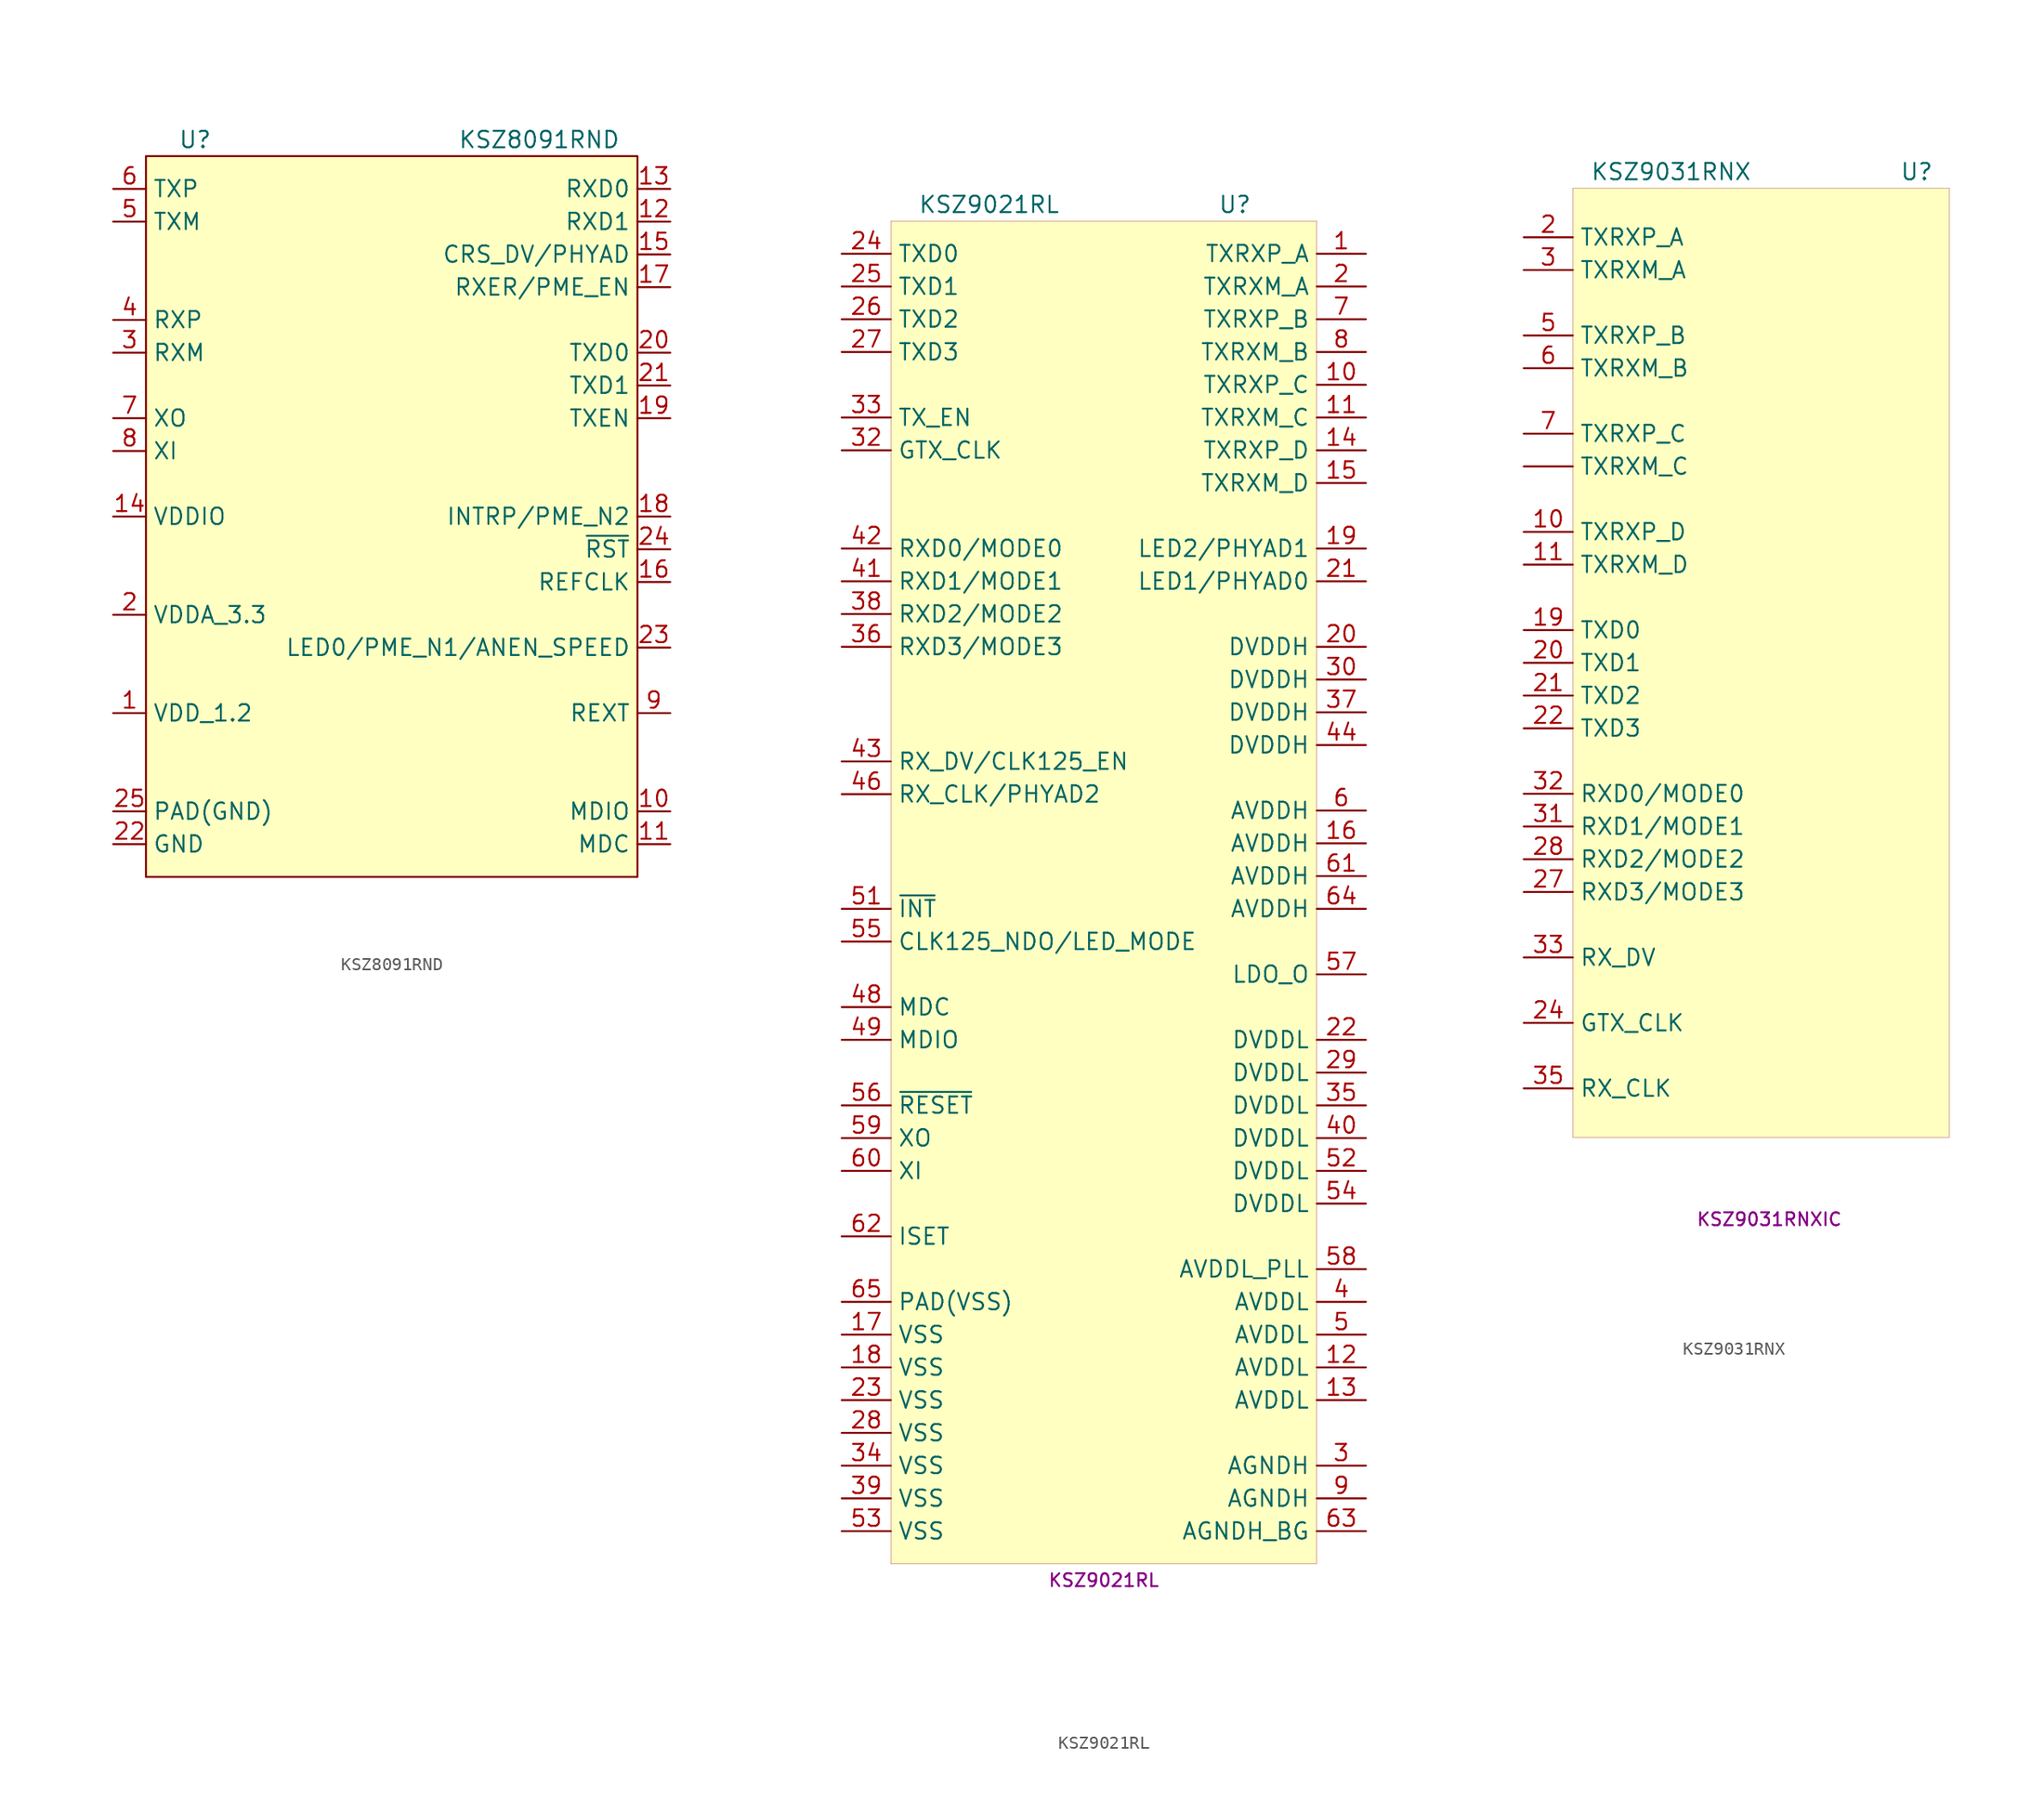
<source format=kicad_sym>
(kicad_symbol_lib
  (version 20231120)
  (generator "kicad_symbol_editor")
  (generator_version "8.0")
  (symbol "KSZ8091RND"
    (property "Reference" "U"
      (at -15.24 26.67 0)
      (effects (font (size 1.27 1.27))))
    (property "Value" "KSZ8091RND"
      (at 11.43 26.67 0)
      (effects (font (size 1.27 1.27))))
    (symbol "KSZ8091RND_0_1"
      (rectangle (start -19.05 -30.48) (end 19.05 25.4) (stroke (width 0) (type default)) (fill (type background))))
    (symbol "KSZ8091RND_1_1"
      (pin power_out line (at -21.59 -17.78 0) (length 2.54) (name "VDD_1.2" (effects (font (size 1.27 1.27)))) (number "1" (effects (font (size 1.27 1.27)))))
      (pin bidirectional line (at 21.59 -25.4 180) (length 2.54) (name "MDIO" (effects (font (size 1.27 1.27)))) (number "10" (effects (font (size 1.27 1.27)))))
      (pin input line (at 21.59 -27.94 180) (length 2.54) (name "MDC" (effects (font (size 1.27 1.27)))) (number "11" (effects (font (size 1.27 1.27)))))
      (pin bidirectional line (at 21.59 20.32 180) (length 2.54) (name "RXD1" (effects (font (size 1.27 1.27)))) (number "12" (effects (font (size 1.27 1.27)))))
      (pin bidirectional line (at 21.59 22.86 180) (length 2.54) (name "RXD0" (effects (font (size 1.27 1.27)))) (number "13" (effects (font (size 1.27 1.27)))))
      (pin power_in line (at -21.59 -2.54 0) (length 2.54) (name "VDDIO" (effects (font (size 1.27 1.27)))) (number "14" (effects (font (size 1.27 1.27)))))
      (pin bidirectional line (at 21.59 17.78 180) (length 2.54) (name "CRS_DV/PHYAD" (effects (font (size 1.27 1.27)))) (number "15" (effects (font (size 1.27 1.27)))))
      (pin bidirectional line (at 21.59 -7.62 180) (length 2.54) (name "REFCLK" (effects (font (size 1.27 1.27)))) (number "16" (effects (font (size 1.27 1.27)))))
      (pin bidirectional line (at 21.59 15.24 180) (length 2.54) (name "RXER/PME_EN" (effects (font (size 1.27 1.27)))) (number "17" (effects (font (size 1.27 1.27)))))
      (pin bidirectional line (at 21.59 -2.54 180) (length 2.54) (name "INTRP/PME_N2" (effects (font (size 1.27 1.27)))) (number "18" (effects (font (size 1.27 1.27)))))
      (pin input line (at 21.59 5.08 180) (length 2.54) (name "TXEN" (effects (font (size 1.27 1.27)))) (number "19" (effects (font (size 1.27 1.27)))))
      (pin power_in line (at -21.59 -10.16 0) (length 2.54) (name "VDDA_3.3" (effects (font (size 1.27 1.27)))) (number "2" (effects (font (size 1.27 1.27)))))
      (pin input line (at 21.59 10.16 180) (length 2.54) (name "TXD0" (effects (font (size 1.27 1.27)))) (number "20" (effects (font (size 1.27 1.27)))))
      (pin bidirectional line (at 21.59 7.62 180) (length 2.54) (name "TXD1" (effects (font (size 1.27 1.27)))) (number "21" (effects (font (size 1.27 1.27)))))
      (pin power_in line (at -21.59 -27.94 0) (length 2.54) (name "GND" (effects (font (size 1.27 1.27)))) (number "22" (effects (font (size 1.27 1.27)))))
      (pin bidirectional line (at 21.59 -12.7 180) (length 2.54) (name "LED0/PME_N1/ANEN_SPEED" (effects (font (size 1.27 1.27)))) (number "23" (effects (font (size 1.27 1.27)))))
      (pin input line (at 21.59 -5.08 180) (length 2.54) (name "~{RST}" (effects (font (size 1.27 1.27)))) (number "24" (effects (font (size 1.27 1.27)))))
      (pin power_in line (at -21.59 -25.4 0) (length 2.54) (name "PAD(GND)" (effects (font (size 1.27 1.27)))) (number "25" (effects (font (size 1.27 1.27)))))
      (pin bidirectional line (at -21.59 10.16 0) (length 2.54) (name "RXM" (effects (font (size 1.27 1.27)))) (number "3" (effects (font (size 1.27 1.27)))))
      (pin bidirectional line (at -21.59 12.7 0) (length 2.54) (name "RXP" (effects (font (size 1.27 1.27)))) (number "4" (effects (font (size 1.27 1.27)))))
      (pin bidirectional line (at -21.59 20.32 0) (length 2.54) (name "TXM" (effects (font (size 1.27 1.27)))) (number "5" (effects (font (size 1.27 1.27)))))
      (pin bidirectional line (at -21.59 22.86 0) (length 2.54) (name "TXP" (effects (font (size 1.27 1.27)))) (number "6" (effects (font (size 1.27 1.27)))))
      (pin output line (at -21.59 5.08 0) (length 2.54) (name "XO" (effects (font (size 1.27 1.27)))) (number "7" (effects (font (size 1.27 1.27)))))
      (pin input line (at -21.59 2.54 0) (length 2.54) (name "XI" (effects (font (size 1.27 1.27)))) (number "8" (effects (font (size 1.27 1.27)))))
      (pin input line (at 21.59 -17.78 180) (length 2.54) (name "REXT" (effects (font (size 1.27 1.27)))) (number "9" (effects (font (size 1.27 1.27)))))))
  (symbol "KSZ9021RL"
    (property "Reference" "U"
      (at 10.16 54.61 0)
      (effects (font (size 1.27 1.27))))
    (property "Value" "KSZ9021RL"
      (at -8.89 54.61 0)
      (effects (font (size 1.27 1.27))))
    (property "MPN" "KSZ9021RL"
      (at 0 -52.07 0)
      (effects (font (size 1 1))))
    (symbol "KSZ9021RL_0_1"
      (rectangle (start -16.51 53.34) (end 16.51 -50.8) (stroke (width 0.001) (type default)) (fill (type background))))
    (symbol "KSZ9021RL_1_1"
      (pin bidirectional line (at 20.32 50.8 180) (length 3.81) (name "TXRXP_A" (effects (font (size 1.27 1.27)))) (number "1" (effects (font (size 1.27 1.27)))))
      (pin bidirectional line (at 20.32 40.64 180) (length 3.81) (name "TXRXP_C" (effects (font (size 1.27 1.27)))) (number "10" (effects (font (size 1.27 1.27)))))
      (pin bidirectional line (at 20.32 38.1 180) (length 3.81) (name "TXRXM_C" (effects (font (size 1.27 1.27)))) (number "11" (effects (font (size 1.27 1.27)))))
      (pin power_in line (at 20.32 -35.56 180) (length 3.81) (name "AVDDL" (effects (font (size 1.27 1.27)))) (number "12" (effects (font (size 1.27 1.27)))))
      (pin power_in line (at 20.32 -38.1 180) (length 3.81) (name "AVDDL" (effects (font (size 1.27 1.27)))) (number "13" (effects (font (size 1.27 1.27)))))
      (pin bidirectional line (at 20.32 35.56 180) (length 3.81) (name "TXRXP_D" (effects (font (size 1.27 1.27)))) (number "14" (effects (font (size 1.27 1.27)))))
      (pin bidirectional line (at 20.32 33.02 180) (length 3.81) (name "TXRXM_D" (effects (font (size 1.27 1.27)))) (number "15" (effects (font (size 1.27 1.27)))))
      (pin power_in line (at 20.32 5.08 180) (length 3.81) (name "AVDDH" (effects (font (size 1.27 1.27)))) (number "16" (effects (font (size 1.27 1.27)))))
      (pin power_in line (at -20.32 -33.02 0) (length 3.81) (name "VSS" (effects (font (size 1.27 1.27)))) (number "17" (effects (font (size 1.27 1.27)))))
      (pin power_in line (at -20.32 -35.56 0) (length 3.81) (name "VSS" (effects (font (size 1.27 1.27)))) (number "18" (effects (font (size 1.27 1.27)))))
      (pin bidirectional line (at 20.32 27.94 180) (length 3.81) (name "LED2/PHYAD1" (effects (font (size 1.27 1.27)))) (number "19" (effects (font (size 1.27 1.27)))))
      (pin bidirectional line (at 20.32 48.26 180) (length 3.81) (name "TXRXM_A" (effects (font (size 1.27 1.27)))) (number "2" (effects (font (size 1.27 1.27)))))
      (pin power_in line (at 20.32 20.32 180) (length 3.81) (name "DVDDH" (effects (font (size 1.27 1.27)))) (number "20" (effects (font (size 1.27 1.27)))))
      (pin bidirectional line (at 20.32 25.4 180) (length 3.81) (name "LED1/PHYAD0" (effects (font (size 1.27 1.27)))) (number "21" (effects (font (size 1.27 1.27)))))
      (pin power_in line (at 20.32 -10.16 180) (length 3.81) (name "DVDDL" (effects (font (size 1.27 1.27)))) (number "22" (effects (font (size 1.27 1.27)))))
      (pin power_in line (at -20.32 -38.1 0) (length 3.81) (name "VSS" (effects (font (size 1.27 1.27)))) (number "23" (effects (font (size 1.27 1.27)))))
      (pin input line (at -20.32 50.8 0) (length 3.81) (name "TXD0" (effects (font (size 1.27 1.27)))) (number "24" (effects (font (size 1.27 1.27)))))
      (pin input line (at -20.32 48.26 0) (length 3.81) (name "TXD1" (effects (font (size 1.27 1.27)))) (number "25" (effects (font (size 1.27 1.27)))))
      (pin input line (at -20.32 45.72 0) (length 3.81) (name "TXD2" (effects (font (size 1.27 1.27)))) (number "26" (effects (font (size 1.27 1.27)))))
      (pin input line (at -20.32 43.18 0) (length 3.81) (name "TXD3" (effects (font (size 1.27 1.27)))) (number "27" (effects (font (size 1.27 1.27)))))
      (pin power_in line (at -20.32 -40.64 0) (length 3.81) (name "VSS" (effects (font (size 1.27 1.27)))) (number "28" (effects (font (size 1.27 1.27)))))
      (pin power_in line (at 20.32 -12.7 180) (length 3.81) (name "DVDDL" (effects (font (size 1.27 1.27)))) (number "29" (effects (font (size 1.27 1.27)))))
      (pin power_in line (at 20.32 -43.18 180) (length 3.81) (name "AGNDH" (effects (font (size 1.27 1.27)))) (number "3" (effects (font (size 1.27 1.27)))))
      (pin power_in line (at 20.32 17.78 180) (length 3.81) (name "DVDDH" (effects (font (size 1.27 1.27)))) (number "30" (effects (font (size 1.27 1.27)))))
      (pin no_connect line (at -1.27 -39.37 0) (length 3.81) hide (name "TX_ER" (effects (font (size 1.27 1.27)))) (number "31" (effects (font (size 1.27 1.27)))))
      (pin input line (at -20.32 35.56 0) (length 3.81) (name "GTX_CLK" (effects (font (size 1.27 1.27)))) (number "32" (effects (font (size 1.27 1.27)))))
      (pin input line (at -20.32 38.1 0) (length 3.81) (name "TX_EN" (effects (font (size 1.27 1.27)))) (number "33" (effects (font (size 1.27 1.27)))))
      (pin power_in line (at -20.32 -43.18 0) (length 3.81) (name "VSS" (effects (font (size 1.27 1.27)))) (number "34" (effects (font (size 1.27 1.27)))))
      (pin power_in line (at 20.32 -15.24 180) (length 3.81) (name "DVDDL" (effects (font (size 1.27 1.27)))) (number "35" (effects (font (size 1.27 1.27)))))
      (pin bidirectional line (at -20.32 20.32 0) (length 3.81) (name "RXD3/MODE3" (effects (font (size 1.27 1.27)))) (number "36" (effects (font (size 1.27 1.27)))))
      (pin power_in line (at 20.32 15.24 180) (length 3.81) (name "DVDDH" (effects (font (size 1.27 1.27)))) (number "37" (effects (font (size 1.27 1.27)))))
      (pin bidirectional line (at -20.32 22.86 0) (length 3.81) (name "RXD2/MODE2" (effects (font (size 1.27 1.27)))) (number "38" (effects (font (size 1.27 1.27)))))
      (pin power_in line (at -20.32 -45.72 0) (length 3.81) (name "VSS" (effects (font (size 1.27 1.27)))) (number "39" (effects (font (size 1.27 1.27)))))
      (pin power_in line (at 20.32 -30.48 180) (length 3.81) (name "AVDDL" (effects (font (size 1.27 1.27)))) (number "4" (effects (font (size 1.27 1.27)))))
      (pin power_in line (at 20.32 -17.78 180) (length 3.81) (name "DVDDL" (effects (font (size 1.27 1.27)))) (number "40" (effects (font (size 1.27 1.27)))))
      (pin bidirectional line (at -20.32 25.4 0) (length 3.81) (name "RXD1/MODE1" (effects (font (size 1.27 1.27)))) (number "41" (effects (font (size 1.27 1.27)))))
      (pin bidirectional line (at -20.32 27.94 0) (length 3.81) (name "RXD0/MODE0" (effects (font (size 1.27 1.27)))) (number "42" (effects (font (size 1.27 1.27)))))
      (pin bidirectional line (at -20.32 11.43 0) (length 3.81) (name "RX_DV/CLK125_EN" (effects (font (size 1.27 1.27)))) (number "43" (effects (font (size 1.27 1.27)))))
      (pin power_in line (at 20.32 12.7 180) (length 3.81) (name "DVDDH" (effects (font (size 1.27 1.27)))) (number "44" (effects (font (size 1.27 1.27)))))
      (pin no_connect line (at -1.27 -36.83 0) (length 3.81) hide (name "RX_ER" (effects (font (size 1.27 1.27)))) (number "45" (effects (font (size 1.27 1.27)))))
      (pin bidirectional line (at -20.32 8.89 0) (length 3.81) (name "RX_CLK/PHYAD2" (effects (font (size 1.27 1.27)))) (number "46" (effects (font (size 1.27 1.27)))))
      (pin no_connect line (at -1.27 -41.91 0) (length 3.81) hide (name "CRS" (effects (font (size 1.27 1.27)))) (number "47" (effects (font (size 1.27 1.27)))))
      (pin input line (at -20.32 -7.62 0) (length 3.81) (name "MDC" (effects (font (size 1.27 1.27)))) (number "48" (effects (font (size 1.27 1.27)))))
      (pin bidirectional line (at -20.32 -10.16 0) (length 3.81) (name "MDIO" (effects (font (size 1.27 1.27)))) (number "49" (effects (font (size 1.27 1.27)))))
      (pin power_in line (at 20.32 -33.02 180) (length 3.81) (name "AVDDL" (effects (font (size 1.27 1.27)))) (number "5" (effects (font (size 1.27 1.27)))))
      (pin no_connect line (at -1.27 -44.45 0) (length 3.81) hide (name "COL" (effects (font (size 1.27 1.27)))) (number "50" (effects (font (size 1.27 1.27)))))
      (pin open_collector line (at -20.32 0 0) (length 3.81) (name "~{INT}" (effects (font (size 1.27 1.27)))) (number "51" (effects (font (size 1.27 1.27)))))
      (pin power_in line (at 20.32 -20.32 180) (length 3.81) (name "DVDDL" (effects (font (size 1.27 1.27)))) (number "52" (effects (font (size 1.27 1.27)))))
      (pin power_in line (at -20.32 -48.26 0) (length 3.81) (name "VSS" (effects (font (size 1.27 1.27)))) (number "53" (effects (font (size 1.27 1.27)))))
      (pin power_in line (at 20.32 -22.86 180) (length 3.81) (name "DVDDL" (effects (font (size 1.27 1.27)))) (number "54" (effects (font (size 1.27 1.27)))))
      (pin bidirectional line (at -20.32 -2.54 0) (length 3.81) (name "CLK125_NDO/LED_MODE" (effects (font (size 1.27 1.27)))) (number "55" (effects (font (size 1.27 1.27)))))
      (pin input line (at -20.32 -15.24 0) (length 3.81) (name "~{RESET}" (effects (font (size 1.27 1.27)))) (number "56" (effects (font (size 1.27 1.27)))))
      (pin output line (at 20.32 -5.08 180) (length 3.81) (name "LDO_O" (effects (font (size 1.27 1.27)))) (number "57" (effects (font (size 1.27 1.27)))))
      (pin power_in line (at 20.32 -27.94 180) (length 3.81) (name "AVDDL_PLL" (effects (font (size 1.27 1.27)))) (number "58" (effects (font (size 1.27 1.27)))))
      (pin output line (at -20.32 -17.78 0) (length 3.81) (name "XO" (effects (font (size 1.27 1.27)))) (number "59" (effects (font (size 1.27 1.27)))))
      (pin power_in line (at 20.32 7.62 180) (length 3.81) (name "AVDDH" (effects (font (size 1.27 1.27)))) (number "6" (effects (font (size 1.27 1.27)))))
      (pin input line (at -20.32 -20.32 0) (length 3.81) (name "XI" (effects (font (size 1.27 1.27)))) (number "60" (effects (font (size 1.27 1.27)))))
      (pin power_in line (at 20.32 2.54 180) (length 3.81) (name "AVDDH" (effects (font (size 1.27 1.27)))) (number "61" (effects (font (size 1.27 1.27)))))
      (pin passive line (at -20.32 -25.4 0) (length 3.81) (name "ISET" (effects (font (size 1.27 1.27)))) (number "62" (effects (font (size 1.27 1.27)))))
      (pin power_in line (at 20.32 -48.26 180) (length 3.81) (name "AGNDH_BG" (effects (font (size 1.27 1.27)))) (number "63" (effects (font (size 1.27 1.27)))))
      (pin power_in line (at 20.32 0 180) (length 3.81) (name "AVDDH" (effects (font (size 1.27 1.27)))) (number "64" (effects (font (size 1.27 1.27)))))
      (pin power_in line (at -20.32 -30.48 0) (length 3.81) (name "PAD(VSS)" (effects (font (size 1.27 1.27)))) (number "65" (effects (font (size 1.27 1.27)))))
      (pin bidirectional line (at 20.32 45.72 180) (length 3.81) (name "TXRXP_B" (effects (font (size 1.27 1.27)))) (number "7" (effects (font (size 1.27 1.27)))))
      (pin bidirectional line (at 20.32 43.18 180) (length 3.81) (name "TXRXM_B" (effects (font (size 1.27 1.27)))) (number "8" (effects (font (size 1.27 1.27)))))
      (pin power_in line (at 20.32 -45.72 180) (length 3.81) (name "AGNDH" (effects (font (size 1.27 1.27)))) (number "9" (effects (font (size 1.27 1.27)))))))
  (symbol "KSZ9031RNX"
    (property "Reference" "U"
      (at 11.43 36.83 0)
      (effects (font (size 1.27 1.27))))
    (property "Value" "KSZ9031RNX"
      (at -7.62 36.83 0)
      (effects (font (size 1.27 1.27))))
    (property "MPN" "KSZ9031RNXIC"
      (at 0 -44.45 0)
      (effects (font (size 1 1))))
    (symbol "KSZ9031RNX_0_1"
      (rectangle (start -15.24 35.56) (end 13.97 -38.1) (stroke (width 0.001) (type default)) (fill (type background))))
    (symbol "KSZ9031RNX_1_1"
      (pin bidirectional line (at -19.05 13.97 0) (length 3.81) (name "TXRXM_C" (effects (font (size 1.27 1.27)))) (number "" (effects (font (size 1.27 1.27)))))
      (pin bidirectional line (at -19.05 8.89 0) (length 3.81) (name "TXRXP_D" (effects (font (size 1.27 1.27)))) (number "10" (effects (font (size 1.27 1.27)))))
      (pin bidirectional line (at -19.05 6.35 0) (length 3.81) (name "TXRXM_D" (effects (font (size 1.27 1.27)))) (number "11" (effects (font (size 1.27 1.27)))))
      (pin input line (at -19.05 1.27 0) (length 3.81) (name "TXD0" (effects (font (size 1.27 1.27)))) (number "19" (effects (font (size 1.27 1.27)))))
      (pin bidirectional line (at -19.05 31.75 0) (length 3.81) (name "TXRXP_A" (effects (font (size 1.27 1.27)))) (number "2" (effects (font (size 1.27 1.27)))))
      (pin input line (at -19.05 -1.27 0) (length 3.81) (name "TXD1" (effects (font (size 1.27 1.27)))) (number "20" (effects (font (size 1.27 1.27)))))
      (pin input line (at -19.05 -3.81 0) (length 3.81) (name "TXD2" (effects (font (size 1.27 1.27)))) (number "21" (effects (font (size 1.27 1.27)))))
      (pin input line (at -19.05 -6.35 0) (length 3.81) (name "TXD3" (effects (font (size 1.27 1.27)))) (number "22" (effects (font (size 1.27 1.27)))))
      (pin input line (at -19.05 -29.21 0) (length 3.81) (name "GTX_CLK" (effects (font (size 1.27 1.27)))) (number "24" (effects (font (size 1.27 1.27)))))
      (pin bidirectional line (at -19.05 -19.05 0) (length 3.81) (name "RXD3/MODE3" (effects (font (size 1.27 1.27)))) (number "27" (effects (font (size 1.27 1.27)))))
      (pin bidirectional line (at -19.05 -16.51 0) (length 3.81) (name "RXD2/MODE2" (effects (font (size 1.27 1.27)))) (number "28" (effects (font (size 1.27 1.27)))))
      (pin bidirectional line (at -19.05 29.21 0) (length 3.81) (name "TXRXM_A" (effects (font (size 1.27 1.27)))) (number "3" (effects (font (size 1.27 1.27)))))
      (pin bidirectional line (at -19.05 -13.97 0) (length 3.81) (name "RXD1/MODE1" (effects (font (size 1.27 1.27)))) (number "31" (effects (font (size 1.27 1.27)))))
      (pin bidirectional line (at -19.05 -11.43 0) (length 3.81) (name "RXD0/MODE0" (effects (font (size 1.27 1.27)))) (number "32" (effects (font (size 1.27 1.27)))))
      (pin bidirectional line (at -19.05 -24.13 0) (length 3.81) (name "RX_DV" (effects (font (size 1.27 1.27)))) (number "33" (effects (font (size 1.27 1.27)))))
      (pin bidirectional line (at -19.05 -34.29 0) (length 3.81) (name "RX_CLK" (effects (font (size 1.27 1.27)))) (number "35" (effects (font (size 1.27 1.27)))))
      (pin bidirectional line (at -19.05 24.13 0) (length 3.81) (name "TXRXP_B" (effects (font (size 1.27 1.27)))) (number "5" (effects (font (size 1.27 1.27)))))
      (pin bidirectional line (at -19.05 21.59 0) (length 3.81) (name "TXRXM_B" (effects (font (size 1.27 1.27)))) (number "6" (effects (font (size 1.27 1.27)))))
      (pin bidirectional line (at -19.05 16.51 0) (length 3.81) (name "TXRXP_C" (effects (font (size 1.27 1.27)))) (number "7" (effects (font (size 1.27 1.27))))))))
</source>
